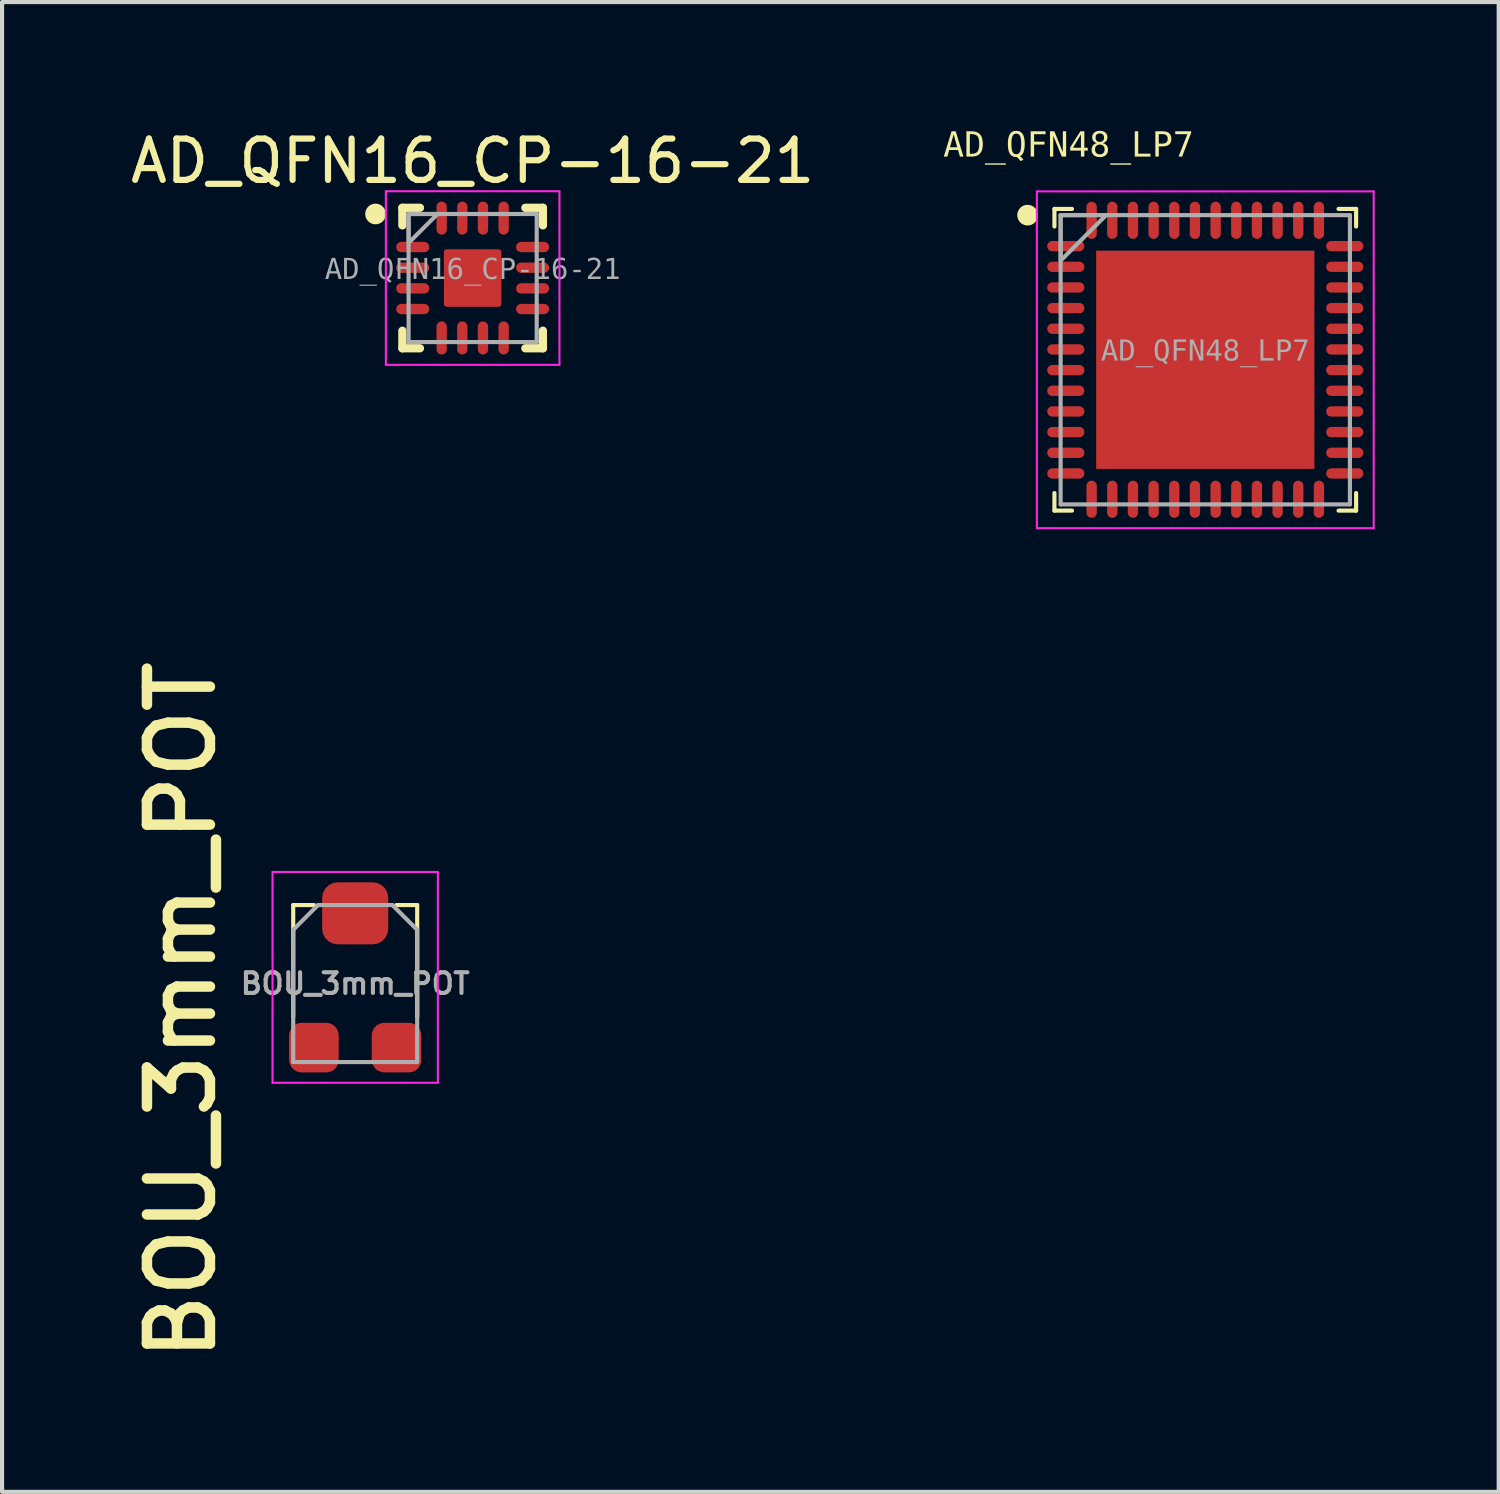
<source format=kicad_pcb>
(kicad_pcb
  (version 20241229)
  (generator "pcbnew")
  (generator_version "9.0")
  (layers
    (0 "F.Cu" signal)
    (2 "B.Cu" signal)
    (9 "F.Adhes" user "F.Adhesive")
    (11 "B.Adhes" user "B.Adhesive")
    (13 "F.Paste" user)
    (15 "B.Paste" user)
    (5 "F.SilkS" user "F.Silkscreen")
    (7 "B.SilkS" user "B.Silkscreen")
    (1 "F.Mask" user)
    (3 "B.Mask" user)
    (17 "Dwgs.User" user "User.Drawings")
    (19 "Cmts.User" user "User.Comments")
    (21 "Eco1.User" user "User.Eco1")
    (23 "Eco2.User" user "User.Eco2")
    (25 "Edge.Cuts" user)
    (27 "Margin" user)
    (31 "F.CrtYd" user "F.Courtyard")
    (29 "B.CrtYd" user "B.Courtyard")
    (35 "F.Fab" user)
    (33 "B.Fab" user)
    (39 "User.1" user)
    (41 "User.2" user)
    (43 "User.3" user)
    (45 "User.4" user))
  (footprint "BOU_3mm_POT"
    (layer "F.Cu")
    (at 5.545 20.75)
    (property "Reference" "BOU_3mm_POT" (at -4.207 0.653 90) (unlocked yes) (layer "F.SilkS") (effects (font (size 1.524 1.524) (thickness 0.254))))
    (attr smd)
    (fp_line (start -1.5 -1.9) (end -1.5 0.8) (stroke (width 0.1) (type solid)) (layer "F.SilkS"))
    (fp_line (start -1 -1.9) (end -1.5 -1.9) (stroke (width 0.1) (type solid)) (layer "F.SilkS"))
    (fp_line (start 1.5 -1.9) (end 1 -1.9) (stroke (width 0.1) (type solid)) (layer "F.SilkS"))
    (fp_line (start 1.5 -1.9) (end 1.5 0.8) (stroke (width 0.1) (type solid)) (layer "F.SilkS"))
    (fp_line (start -2 -2.7) (end -2 2.4) (stroke (width 0.05) (type solid)) (layer "F.CrtYd"))
    (fp_line (start 2 -2.7) (end -2 -2.7) (stroke (width 0.05) (type solid)) (layer "F.CrtYd"))
    (fp_line (start 2 -2.7) (end 2 2.4) (stroke (width 0.05) (type solid)) (layer "F.CrtYd"))
    (fp_line (start 2 2.4) (end -2 2.4) (stroke (width 0.05) (type solid)) (layer "F.CrtYd"))
    (fp_line (start -1.5 -1.3) (end -1.5 1.9) (stroke (width 0.1) (type solid)) (layer "F.Fab"))
    (fp_line (start -0.9 -1.9) (end -1.5 -1.3) (stroke (width 0.1) (type solid)) (layer "F.Fab"))
    (fp_line (start 0.9 -1.9) (end -0.9 -1.9) (stroke (width 0.1) (type solid)) (layer "F.Fab"))
    (fp_line (start 0.9 -1.9) (end 1.5 -1.3) (stroke (width 0.1) (type solid)) (layer "F.Fab"))
    (fp_line (start 1.5 -1.3) (end 1.5 1.9) (stroke (width 0.1) (type solid)) (layer "F.Fab"))
    (fp_line (start 1.5 1.9) (end -1.5 1.9) (stroke (width 0.1) (type solid)) (layer "F.Fab"))
    (fp_text user "${REFERENCE}" (at 0 0 0) (unlocked yes) (layer "F.Fab") (effects (font (size 0.5 0.5) (thickness 0.1) (bold yes))))
    (pad "1" smd roundrect (at -1 1.55) (size 1.2 1.2) (layers "F.Cu" "F.Mask" "F.Paste") (roundrect_rratio 0.25))
    (pad "2" smd roundrect (at 0 -1.7) (size 1.6 1.5) (layers "F.Cu" "F.Mask" "F.Paste") (roundrect_rratio 0.25))
    (pad "3" smd roundrect (at 1 1.55) (size 1.2 1.2) (layers "F.Cu" "F.Mask" "F.Paste") (roundrect_rratio 0.25)))
  (footprint "AD_QFN16_CP-16-21"
    (layer "F.Cu")
    (at 8.387 3.678)
    (property "Reference" "AD_QFN16_CP-16-21" (at 0 -2.83 0) (layer "F.SilkS") (effects (font (size 1 1) (thickness 0.15))))
    (attr smd)
    (fp_line (start -1.7 -1.7) (end -1.275 -1.7) (stroke (width 0.2) (type solid)) (layer "F.SilkS"))
    (fp_line (start -1.7 -1.275) (end -1.7 -1.7) (stroke (width 0.2) (type solid)) (layer "F.SilkS"))
    (fp_line (start -1.7 1.7) (end -1.7 1.275) (stroke (width 0.2) (type solid)) (layer "F.SilkS"))
    (fp_line (start -1.7 1.7) (end -1.275 1.7) (stroke (width 0.2) (type solid)) (layer "F.SilkS"))
    (fp_line (start 1.275 -1.7) (end 1.7 -1.7) (stroke (width 0.2) (type solid)) (layer "F.SilkS"))
    (fp_line (start 1.275 1.7) (end 1.7 1.7) (stroke (width 0.2) (type solid)) (layer "F.SilkS"))
    (fp_line (start 1.7 -1.275) (end 1.7 -1.7) (stroke (width 0.2) (type solid)) (layer "F.SilkS"))
    (fp_line (start 1.7 1.7) (end 1.7 1.275) (stroke (width 0.2) (type solid)) (layer "F.SilkS"))
    (fp_circle (center -2.35 -1.55) (end -2.35 -1.675) (stroke (width 0.25) (type solid)) (fill no) (layer "F.SilkS"))
    (fp_line (start -2.1 -2.1) (end 2.1 -2.1) (stroke (width 0.05) (type solid)) (layer "F.CrtYd"))
    (fp_line (start -2.1 2.1) (end -2.1 -2.1) (stroke (width 0.05) (type solid)) (layer "F.CrtYd"))
    (fp_line (start -2.1 2.1) (end 2.1 2.1) (stroke (width 0.05) (type solid)) (layer "F.CrtYd"))
    (fp_line (start 2.1 2.1) (end 2.1 -2.1) (stroke (width 0.05) (type solid)) (layer "F.CrtYd"))
    (fp_line (start -1.55 -1.55) (end 1.55 -1.55) (stroke (width 0.1) (type solid)) (layer "F.Fab"))
    (fp_line (start -1.55 1.55) (end -1.55 -1.55) (stroke (width 0.1) (type solid)) (layer "F.Fab"))
    (fp_line (start -1.55 1.55) (end 1.55 1.55) (stroke (width 0.1) (type solid)) (layer "F.Fab"))
    (fp_line (start 1.55 1.55) (end 1.55 -1.55) (stroke (width 0.1) (type solid)) (layer "F.Fab"))
    (fp_poly (pts (xy -1.55 -0.85) (xy -0.85 -1.55) (xy -1.55 -1.55)) (stroke (width 0.1) (type default)) (fill no) (layer "F.Fab"))
    (fp_text user "${REFERENCE}" (at 0 -0.185 0) (unlocked yes) (layer "F.Fab") (effects (font (face "Consolas") (size 0.5 0.5) (thickness 0.254))))
    (pad "1" smd oval (at -1.45 -0.75 90) (size 0.25 0.8) (layers "F.Cu" "F.Mask" "F.Paste"))
    (pad "2" smd oval (at -1.45 -0.25 90) (size 0.25 0.8) (layers "F.Cu" "F.Mask" "F.Paste"))
    (pad "3" smd oval (at -1.45 0.25 90) (size 0.25 0.8) (layers "F.Cu" "F.Mask" "F.Paste"))
    (pad "4" smd oval (at -1.45 0.75 90) (size 0.25 0.8) (layers "F.Cu" "F.Mask" "F.Paste"))
    (pad "5" smd oval (at -0.75 1.45) (size 0.25 0.8) (layers "F.Cu" "F.Mask" "F.Paste"))
    (pad "6" smd oval (at -0.25 1.45) (size 0.25 0.8) (layers "F.Cu" "F.Mask" "F.Paste"))
    (pad "7" smd oval (at 0.25 1.45) (size 0.25 0.8) (layers "F.Cu" "F.Mask" "F.Paste"))
    (pad "8" smd oval (at 0.75 1.45) (size 0.25 0.8) (layers "F.Cu" "F.Mask" "F.Paste"))
    (pad "9" smd oval (at 1.45 0.75 90) (size 0.25 0.8) (layers "F.Cu" "F.Mask" "F.Paste"))
    (pad "10" smd oval (at 1.45 0.25 90) (size 0.25 0.8) (layers "F.Cu" "F.Mask" "F.Paste"))
    (pad "11" smd oval (at 1.45 -0.25 90) (size 0.25 0.8) (layers "F.Cu" "F.Mask" "F.Paste"))
    (pad "12" smd oval (at 1.45 -0.75 90) (size 0.25 0.8) (layers "F.Cu" "F.Mask" "F.Paste"))
    (pad "13" smd oval (at 0.75 -1.45) (size 0.25 0.8) (layers "F.Cu" "F.Mask" "F.Paste"))
    (pad "14" smd oval (at 0.25 -1.45) (size 0.25 0.8) (layers "F.Cu" "F.Mask" "F.Paste"))
    (pad "15" smd oval (at -0.25 -1.45) (size 0.25 0.8) (layers "F.Cu" "F.Mask" "F.Paste"))
    (pad "16" smd oval (at -0.75 -1.45) (size 0.25 0.8) (layers "F.Cu" "F.Mask" "F.Paste"))
    (pad "17" smd roundrect (at 0 0) (size 1.392 1.392) (layers "F.Cu" "F.Mask" "F.Paste") (roundrect_rratio 0.05)))
  (footprint "AD_QFN48_LP7"
    (layer "F.Cu")
    (at 26.115 5.656)
    (property "Reference" "AD_QFN48_LP7" (at -3.31 -5.166 0) (unlocked yes) (layer "F.SilkS") (effects (font (face "Consolas") (size 0.6 0.6) (thickness 0.254))))
    (fp_line (start -3.65 -3.65) (end -3.225 -3.65) (stroke (width 0.1) (type solid)) (layer "F.SilkS"))
    (fp_line (start -3.65 -3.225) (end -3.65 -3.65) (stroke (width 0.1) (type solid)) (layer "F.SilkS"))
    (fp_line (start -3.65 3.65) (end -3.65 3.225) (stroke (width 0.1) (type solid)) (layer "F.SilkS"))
    (fp_line (start -3.65 3.65) (end -3.225 3.65) (stroke (width 0.1) (type solid)) (layer "F.SilkS"))
    (fp_line (start 3.225 -3.65) (end 3.65 -3.65) (stroke (width 0.1) (type solid)) (layer "F.SilkS"))
    (fp_line (start 3.225 3.65) (end 3.65 3.65) (stroke (width 0.1) (type solid)) (layer "F.SilkS"))
    (fp_line (start 3.65 -3.225) (end 3.65 -3.65) (stroke (width 0.1) (type solid)) (layer "F.SilkS"))
    (fp_line (start 3.65 3.65) (end 3.65 3.225) (stroke (width 0.1) (type solid)) (layer "F.SilkS"))
    (fp_circle (center -4.3 -3.5) (end -4.3 -3.625) (stroke (width 0.25) (type solid)) (fill no) (layer "F.SilkS"))
    (fp_rect (start -1.025 -2.575) (end -2.575 -1.025) (stroke (width 0) (type default)) (fill yes) (layer "F.Paste"))
    (fp_rect (start -1.025 -0.775) (end -2.575 0.775) (stroke (width 0) (type default)) (fill yes) (layer "F.Paste"))
    (fp_rect (start -1.025 1.025) (end -2.575 2.575) (stroke (width 0) (type default)) (fill yes) (layer "F.Paste"))
    (fp_rect (start 0.775 -2.575) (end -0.775 -1.025) (stroke (width 0) (type default)) (fill yes) (layer "F.Paste"))
    (fp_rect (start 0.775 -0.775) (end -0.775 0.775) (stroke (width 0) (type default)) (fill yes) (layer "F.Paste"))
    (fp_rect (start 0.775 1.025) (end -0.775 2.575) (stroke (width 0) (type default)) (fill yes) (layer "F.Paste"))
    (fp_rect (start 2.575 -2.575) (end 1.025 -1.025) (stroke (width 0) (type default)) (fill yes) (layer "F.Paste"))
    (fp_rect (start 2.575 -0.775) (end 1.025 0.775) (stroke (width 0) (type default)) (fill yes) (layer "F.Paste"))
    (fp_rect (start 2.575 1.025) (end 1.025 2.575) (stroke (width 0) (type default)) (fill yes) (layer "F.Paste"))
    (fp_line (start -4.075 -4.075) (end 4.075 -4.075) (stroke (width 0.05) (type solid)) (layer "F.CrtYd"))
    (fp_line (start -4.075 4.075) (end -4.075 -4.075) (stroke (width 0.05) (type solid)) (layer "F.CrtYd"))
    (fp_line (start -4.075 4.075) (end 4.075 4.075) (stroke (width 0.05) (type solid)) (layer "F.CrtYd"))
    (fp_line (start 4.075 4.075) (end 4.075 -4.075) (stroke (width 0.05) (type solid)) (layer "F.CrtYd"))
    (fp_line (start -3.5 -3.5) (end 3.5 -3.5) (stroke (width 0.1) (type solid)) (layer "F.Fab"))
    (fp_line (start -3.5 3.5) (end -3.5 -3.5) (stroke (width 0.1) (type solid)) (layer "F.Fab"))
    (fp_line (start -3.5 3.5) (end 3.5 3.5) (stroke (width 0.1) (type solid)) (layer "F.Fab"))
    (fp_line (start 3.5 3.5) (end 3.5 -3.5) (stroke (width 0.1) (type solid)) (layer "F.Fab"))
    (fp_poly (pts (xy -3.5 -2.4) (xy -2.4 -3.5) (xy -3.5 -3.5)) (stroke (width 0.1) (type default)) (fill no) (layer "F.Fab"))
    (fp_line (start -0.5 0) (end 0.5 0) (stroke (width 0.1) (type solid)) (layer "User.1"))
    (fp_line (start 0 0.5) (end 0 -0.5) (stroke (width 0.1) (type solid)) (layer "User.1"))
    (fp_text user "${REFERENCE}" (at 0.000005 -0.189 0) (unlocked yes) (layer "F.Fab") (effects (font (face "Consolas") (size 0.5 0.5) (thickness 0.254))))
    (pad "1" smd oval (at -3.375 -2.75 90) (size 0.25 0.9) (layers "F.Cu" "F.Mask" "F.Paste"))
    (pad "2" smd oval (at -3.375 -2.25 90) (size 0.25 0.9) (layers "F.Cu" "F.Mask" "F.Paste"))
    (pad "3" smd oval (at -3.375 -1.75 90) (size 0.25 0.9) (layers "F.Cu" "F.Mask" "F.Paste"))
    (pad "4" smd oval (at -3.375 -1.25 90) (size 0.25 0.9) (layers "F.Cu" "F.Mask" "F.Paste"))
    (pad "5" smd oval (at -3.375 -0.75 90) (size 0.25 0.9) (layers "F.Cu" "F.Mask" "F.Paste"))
    (pad "6" smd oval (at -3.375 -0.25 90) (size 0.25 0.9) (layers "F.Cu" "F.Mask" "F.Paste"))
    (pad "7" smd oval (at -3.375 0.25 90) (size 0.25 0.9) (layers "F.Cu" "F.Mask" "F.Paste"))
    (pad "8" smd oval (at -3.375 0.75 90) (size 0.25 0.9) (layers "F.Cu" "F.Mask" "F.Paste"))
    (pad "9" smd oval (at -3.375 1.25 90) (size 0.25 0.9) (layers "F.Cu" "F.Mask" "F.Paste"))
    (pad "10" smd oval (at -3.375 1.75 90) (size 0.25 0.9) (layers "F.Cu" "F.Mask" "F.Paste"))
    (pad "11" smd oval (at -3.375 2.25 90) (size 0.25 0.9) (layers "F.Cu" "F.Mask" "F.Paste"))
    (pad "12" smd oval (at -3.375 2.75 90) (size 0.25 0.9) (layers "F.Cu" "F.Mask" "F.Paste"))
    (pad "13" smd oval (at -2.75 3.375) (size 0.25 0.9) (layers "F.Cu" "F.Mask" "F.Paste"))
    (pad "14" smd oval (at -2.25 3.375) (size 0.25 0.9) (layers "F.Cu" "F.Mask" "F.Paste"))
    (pad "15" smd oval (at -1.75 3.375) (size 0.25 0.9) (layers "F.Cu" "F.Mask" "F.Paste"))
    (pad "16" smd oval (at -1.25 3.375) (size 0.25 0.9) (layers "F.Cu" "F.Mask" "F.Paste"))
    (pad "17" smd oval (at -0.75 3.375) (size 0.25 0.9) (layers "F.Cu" "F.Mask" "F.Paste"))
    (pad "18" smd oval (at -0.25 3.375) (size 0.25 0.9) (layers "F.Cu" "F.Mask" "F.Paste"))
    (pad "19" smd oval (at 0.25 3.375) (size 0.25 0.9) (layers "F.Cu" "F.Mask" "F.Paste"))
    (pad "20" smd oval (at 0.75 3.375) (size 0.25 0.9) (layers "F.Cu" "F.Mask" "F.Paste"))
    (pad "21" smd oval (at 1.25 3.375) (size 0.25 0.9) (layers "F.Cu" "F.Mask" "F.Paste"))
    (pad "22" smd oval (at 1.75 3.375) (size 0.25 0.9) (layers "F.Cu" "F.Mask" "F.Paste"))
    (pad "23" smd oval (at 2.25 3.375) (size 0.25 0.9) (layers "F.Cu" "F.Mask" "F.Paste"))
    (pad "24" smd oval (at 2.75 3.375) (size 0.25 0.9) (layers "F.Cu" "F.Mask" "F.Paste"))
    (pad "25" smd oval (at 3.375 2.75 90) (size 0.25 0.9) (layers "F.Cu" "F.Mask" "F.Paste"))
    (pad "26" smd oval (at 3.375 2.25 90) (size 0.25 0.9) (layers "F.Cu" "F.Mask" "F.Paste"))
    (pad "27" smd oval (at 3.375 1.75 90) (size 0.25 0.9) (layers "F.Cu" "F.Mask" "F.Paste"))
    (pad "28" smd oval (at 3.375 1.25 90) (size 0.25 0.9) (layers "F.Cu" "F.Mask" "F.Paste"))
    (pad "29" smd oval (at 3.375 0.75 90) (size 0.25 0.9) (layers "F.Cu" "F.Mask" "F.Paste"))
    (pad "30" smd oval (at 3.375 0.25 90) (size 0.25 0.9) (layers "F.Cu" "F.Mask" "F.Paste"))
    (pad "31" smd oval (at 3.375 -0.25 90) (size 0.25 0.9) (layers "F.Cu" "F.Mask" "F.Paste"))
    (pad "32" smd oval (at 3.375 -0.75 90) (size 0.25 0.9) (layers "F.Cu" "F.Mask" "F.Paste"))
    (pad "33" smd oval (at 3.375 -1.25 90) (size 0.25 0.9) (layers "F.Cu" "F.Mask" "F.Paste"))
    (pad "34" smd oval (at 3.375 -1.75 90) (size 0.25 0.9) (layers "F.Cu" "F.Mask" "F.Paste"))
    (pad "35" smd oval (at 3.375 -2.25 90) (size 0.25 0.9) (layers "F.Cu" "F.Mask" "F.Paste"))
    (pad "36" smd oval (at 3.375 -2.75 90) (size 0.25 0.9) (layers "F.Cu" "F.Mask" "F.Paste"))
    (pad "37" smd oval (at 2.75 -3.375) (size 0.25 0.9) (layers "F.Cu" "F.Mask" "F.Paste"))
    (pad "38" smd oval (at 2.25 -3.375) (size 0.25 0.9) (layers "F.Cu" "F.Mask" "F.Paste"))
    (pad "39" smd oval (at 1.75 -3.375) (size 0.25 0.9) (layers "F.Cu" "F.Mask" "F.Paste"))
    (pad "40" smd oval (at 1.25 -3.375) (size 0.25 0.9) (layers "F.Cu" "F.Mask" "F.Paste"))
    (pad "41" smd oval (at 0.75 -3.375) (size 0.25 0.9) (layers "F.Cu" "F.Mask" "F.Paste"))
    (pad "42" smd oval (at 0.25 -3.375) (size 0.25 0.9) (layers "F.Cu" "F.Mask" "F.Paste"))
    (pad "43" smd oval (at -0.25 -3.375) (size 0.25 0.9) (layers "F.Cu" "F.Mask" "F.Paste"))
    (pad "44" smd oval (at -0.75 -3.375) (size 0.25 0.9) (layers "F.Cu" "F.Mask" "F.Paste"))
    (pad "45" smd oval (at -1.25 -3.375) (size 0.25 0.9) (layers "F.Cu" "F.Mask" "F.Paste"))
    (pad "46" smd oval (at -1.75 -3.375) (size 0.25 0.9) (layers "F.Cu" "F.Mask" "F.Paste"))
    (pad "47" smd oval (at -2.25 -3.375) (size 0.25 0.9) (layers "F.Cu" "F.Mask" "F.Paste"))
    (pad "48" smd oval (at -2.75 -3.375) (size 0.25 0.9) (layers "F.Cu" "F.Mask" "F.Paste"))
    (pad "49" smd rect (at 0 0) (size 5.28 5.28) (layers "F.Cu" "F.Mask" "F.Paste")))
  (gr_rect
    (start -3 -3)
    (end 33.215 33.05)
    (stroke (width 0.1) (type default))
    (fill no)
    (layer "Edge.Cuts")))
</source>
